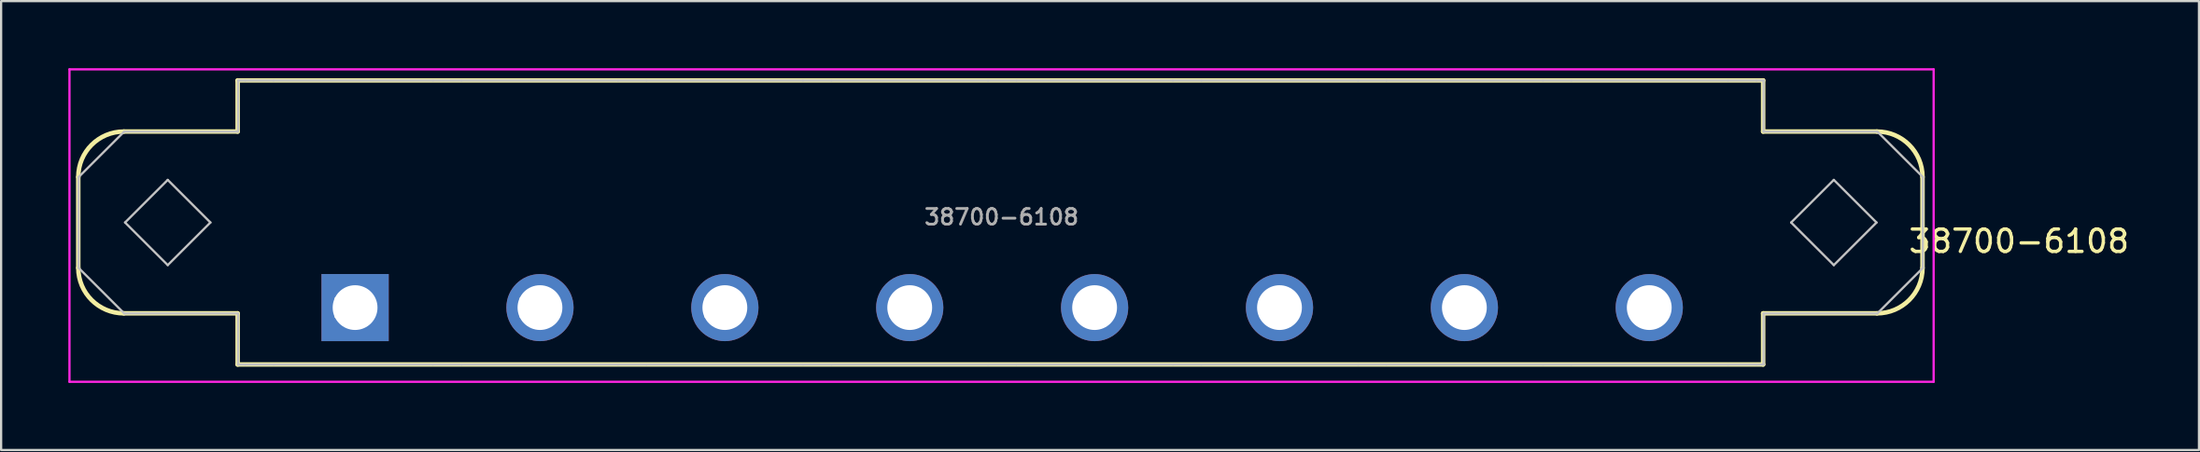
<source format=kicad_pcb>
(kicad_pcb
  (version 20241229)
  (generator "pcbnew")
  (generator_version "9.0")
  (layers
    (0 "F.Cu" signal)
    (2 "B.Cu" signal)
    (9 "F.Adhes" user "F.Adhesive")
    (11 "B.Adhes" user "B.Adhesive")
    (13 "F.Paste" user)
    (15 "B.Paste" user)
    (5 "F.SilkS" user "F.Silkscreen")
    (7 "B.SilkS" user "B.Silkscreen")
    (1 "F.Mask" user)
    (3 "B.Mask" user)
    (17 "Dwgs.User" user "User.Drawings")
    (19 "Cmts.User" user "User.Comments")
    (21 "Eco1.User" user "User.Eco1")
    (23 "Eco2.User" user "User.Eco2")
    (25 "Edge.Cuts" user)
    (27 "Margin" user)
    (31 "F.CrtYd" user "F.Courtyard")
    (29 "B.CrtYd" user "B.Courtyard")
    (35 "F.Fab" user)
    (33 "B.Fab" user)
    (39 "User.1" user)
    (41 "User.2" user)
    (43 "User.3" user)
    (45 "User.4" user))
  (footprint "38700-6108"
    (layer "F.Cu")
    (at 41.67 10.703)
    (property "Reference" "38700-6108" (at 45.375 -2.969 0) (layer "F.SilkS") (effects (font (size 1 1) (thickness 0.15))))
    (attr through_hole)
    (fp_line (start -41.227 -5.839) (end -41.227 -1.775) (stroke (width 0.2) (type solid)) (layer "F.SilkS"))
    (fp_line (start -39.195 0.257) (end -34.115 0.257) (stroke (width 0.2) (type solid)) (layer "F.SilkS"))
    (fp_line (start -34.115 -10.157) (end -34.115 -7.871) (stroke (width 0.2) (type solid)) (layer "F.SilkS"))
    (fp_line (start -34.115 -7.871) (end -39.195 -7.871) (stroke (width 0.2) (type solid)) (layer "F.SilkS"))
    (fp_line (start -34.115 0.257) (end -34.115 2.543) (stroke (width 0.2) (type solid)) (layer "F.SilkS"))
    (fp_line (start -34.115 2.543) (end 33.957 2.543) (stroke (width 0.2) (type solid)) (layer "F.SilkS"))
    (fp_line (start 33.957 -10.157) (end -34.115 -10.157) (stroke (width 0.2) (type solid)) (layer "F.SilkS"))
    (fp_line (start 33.957 -7.871) (end 33.957 -10.157) (stroke (width 0.2) (type solid)) (layer "F.SilkS"))
    (fp_line (start 33.957 0.257) (end 39.037 0.257) (stroke (width 0.2) (type solid)) (layer "F.SilkS"))
    (fp_line (start 33.957 2.543) (end 33.957 0.257) (stroke (width 0.2) (type solid)) (layer "F.SilkS"))
    (fp_line (start 39.037 -7.871) (end 33.957 -7.871) (stroke (width 0.2) (type solid)) (layer "F.SilkS"))
    (fp_line (start 41.069 -5.839) (end 41.069 -1.775) (stroke (width 0.2) (type solid)) (layer "F.SilkS"))
    (fp_arc (start -41.22678 -5.83946) (mid -40.631621 -7.276301) (end -39.19478 -7.87146) (stroke (width 0.2) (type solid)) (layer "F.SilkS"))
    (fp_arc (start -39.19478 0.25654) (mid -40.631621 -0.338619) (end -41.22678 -1.77546) (stroke (width 0.2) (type solid)) (layer "F.SilkS"))
    (fp_arc (start 39.03722 -7.87146) (mid 40.474061 -7.276301) (end 41.06922 -5.83946) (stroke (width 0.2) (type solid)) (layer "F.SilkS"))
    (fp_arc (start 41.06922 -1.77546) (mid 40.474061 -0.338619) (end 39.03722 0.25654) (stroke (width 0.2) (type solid)) (layer "F.SilkS"))
    (fp_line (start -41.21 -5.837) (end -41.21 -1.773) (stroke (width 0.1) (type solid)) (layer "Dwgs.User"))
    (fp_line (start -41.21 -5.837) (end -39.178 -7.869) (stroke (width 0.1) (type solid)) (layer "Dwgs.User"))
    (fp_line (start -39.178 0.259) (end -41.21 -1.773) (stroke (width 0.1) (type solid)) (layer "Dwgs.User"))
    (fp_line (start -39.178 0.259) (end -34.098 0.259) (stroke (width 0.1) (type solid)) (layer "Dwgs.User"))
    (fp_line (start -39.14 -3.805) (end -37.235 -5.71) (stroke (width 0.1) (type solid)) (layer "Dwgs.User"))
    (fp_line (start -37.235 -5.71) (end -35.33 -3.805) (stroke (width 0.1) (type solid)) (layer "Dwgs.User"))
    (fp_line (start -37.235 -1.9) (end -39.14 -3.805) (stroke (width 0.1) (type solid)) (layer "Dwgs.User"))
    (fp_line (start -35.33 -3.805) (end -37.235 -1.9) (stroke (width 0.1) (type solid)) (layer "Dwgs.User"))
    (fp_line (start -34.098 -10.155) (end -34.098 -7.869) (stroke (width 0.1) (type solid)) (layer "Dwgs.User"))
    (fp_line (start -34.098 -7.869) (end -39.178 -7.869) (stroke (width 0.1) (type solid)) (layer "Dwgs.User"))
    (fp_line (start -34.098 2.545) (end -34.098 0.259) (stroke (width 0.1) (type solid)) (layer "Dwgs.User"))
    (fp_line (start -34.098 2.545) (end -33.78 2.545) (stroke (width 0.1) (type solid)) (layer "Dwgs.User"))
    (fp_line (start -33.78 -10.155) (end -34.098 -10.155) (stroke (width 0.1) (type solid)) (layer "Dwgs.User"))
    (fp_line (start -33.78 2.545) (end -32.51 2.545) (stroke (width 0.1) (type solid)) (layer "Dwgs.User"))
    (fp_line (start -32.51 -10.155) (end -33.78 -10.155) (stroke (width 0.1) (type solid)) (layer "Dwgs.User"))
    (fp_line (start -32.51 2.545) (end -25.398 2.545) (stroke (width 0.1) (type solid)) (layer "Dwgs.User"))
    (fp_line (start -29.742 -0.401) (end -29.742 0.412) (stroke (width 0.1) (type solid)) (layer "Dwgs.User"))
    (fp_line (start -29.742 -0.401) (end -29.742 0.412) (stroke (width 0.1) (type solid)) (layer "Dwgs.User"))
    (fp_line (start -29.742 -0.401) (end -29.234 -0.401) (stroke (width 0.1) (type solid)) (layer "Dwgs.User"))
    (fp_line (start -29.234 -0.401) (end -29.234 0.412) (stroke (width 0.1) (type solid)) (layer "Dwgs.User"))
    (fp_line (start -29.234 0.412) (end -29.742 0.412) (stroke (width 0.1) (type solid)) (layer "Dwgs.User"))
    (fp_line (start -29.234 0.412) (end -28.675 0.412) (stroke (width 0.1) (type solid)) (layer "Dwgs.User"))
    (fp_line (start -28.675 -0.401) (end -29.234 -0.401) (stroke (width 0.1) (type solid)) (layer "Dwgs.User"))
    (fp_line (start -28.675 -0.401) (end -28.167 -0.401) (stroke (width 0.1) (type solid)) (layer "Dwgs.User"))
    (fp_line (start -28.675 0.412) (end -28.675 -0.401) (stroke (width 0.1) (type solid)) (layer "Dwgs.User"))
    (fp_line (start -28.167 -0.401) (end -29.742 -0.401) (stroke (width 0.1) (type solid)) (layer "Dwgs.User"))
    (fp_line (start -28.167 0.412) (end -28.675 0.412) (stroke (width 0.1) (type solid)) (layer "Dwgs.User"))
    (fp_line (start -28.167 0.412) (end -28.167 -0.401) (stroke (width 0.1) (type solid)) (layer "Dwgs.User"))
    (fp_line (start -28.167 0.412) (end -28.167 -0.401) (stroke (width 0.1) (type solid)) (layer "Dwgs.User"))
    (fp_line (start -25.398 -10.155) (end -32.51 -10.155) (stroke (width 0.1) (type solid)) (layer "Dwgs.User"))
    (fp_line (start -25.398 -10.155) (end -24.128 -10.155) (stroke (width 0.1) (type solid)) (layer "Dwgs.User"))
    (fp_line (start -24.128 2.545) (end -25.398 2.545) (stroke (width 0.1) (type solid)) (layer "Dwgs.User"))
    (fp_line (start -24.128 2.545) (end -17.143 2.545) (stroke (width 0.1) (type solid)) (layer "Dwgs.User"))
    (fp_line (start -21.487 -0.401) (end -21.487 0.412) (stroke (width 0.1) (type solid)) (layer "Dwgs.User"))
    (fp_line (start -21.487 -0.401) (end -20.979 -0.401) (stroke (width 0.1) (type solid)) (layer "Dwgs.User"))
    (fp_line (start -20.979 -0.401) (end -20.979 0.412) (stroke (width 0.1) (type solid)) (layer "Dwgs.User"))
    (fp_line (start -20.979 0.412) (end -21.487 0.412) (stroke (width 0.1) (type solid)) (layer "Dwgs.User"))
    (fp_line (start -20.979 0.412) (end -20.42 0.412) (stroke (width 0.1) (type solid)) (layer "Dwgs.User"))
    (fp_line (start -20.42 -0.401) (end -20.979 -0.401) (stroke (width 0.1) (type solid)) (layer "Dwgs.User"))
    (fp_line (start -20.42 -0.401) (end -19.912 -0.401) (stroke (width 0.1) (type solid)) (layer "Dwgs.User"))
    (fp_line (start -20.42 0.412) (end -20.42 -0.401) (stroke (width 0.1) (type solid)) (layer "Dwgs.User"))
    (fp_line (start -19.912 -0.401) (end -21.487 -0.401) (stroke (width 0.1) (type solid)) (layer "Dwgs.User"))
    (fp_line (start -19.912 0.412) (end -20.42 0.412) (stroke (width 0.1) (type solid)) (layer "Dwgs.User"))
    (fp_line (start -19.912 0.412) (end -19.912 -0.401) (stroke (width 0.1) (type solid)) (layer "Dwgs.User"))
    (fp_line (start -17.143 -10.155) (end -24.128 -10.155) (stroke (width 0.1) (type solid)) (layer "Dwgs.User"))
    (fp_line (start -17.143 -10.155) (end -15.873 -10.155) (stroke (width 0.1) (type solid)) (layer "Dwgs.User"))
    (fp_line (start -15.873 2.545) (end -17.143 2.545) (stroke (width 0.1) (type solid)) (layer "Dwgs.User"))
    (fp_line (start -15.873 2.545) (end -8.888 2.545) (stroke (width 0.1) (type solid)) (layer "Dwgs.User"))
    (fp_line (start -13.232 -0.401) (end -13.232 0.412) (stroke (width 0.1) (type solid)) (layer "Dwgs.User"))
    (fp_line (start -13.232 -0.401) (end -13.232 0.412) (stroke (width 0.1) (type solid)) (layer "Dwgs.User"))
    (fp_line (start -13.232 -0.401) (end -12.724 -0.401) (stroke (width 0.1) (type solid)) (layer "Dwgs.User"))
    (fp_line (start -12.724 -0.401) (end -12.724 0.412) (stroke (width 0.1) (type solid)) (layer "Dwgs.User"))
    (fp_line (start -12.724 0.412) (end -13.232 0.412) (stroke (width 0.1) (type solid)) (layer "Dwgs.User"))
    (fp_line (start -12.724 0.412) (end -12.165 0.412) (stroke (width 0.1) (type solid)) (layer "Dwgs.User"))
    (fp_line (start -12.165 -0.401) (end -12.724 -0.401) (stroke (width 0.1) (type solid)) (layer "Dwgs.User"))
    (fp_line (start -12.165 -0.401) (end -11.657 -0.401) (stroke (width 0.1) (type solid)) (layer "Dwgs.User"))
    (fp_line (start -12.165 0.412) (end -12.165 -0.401) (stroke (width 0.1) (type solid)) (layer "Dwgs.User"))
    (fp_line (start -11.657 -0.401) (end -13.232 -0.401) (stroke (width 0.1) (type solid)) (layer "Dwgs.User"))
    (fp_line (start -11.657 0.412) (end -12.165 0.412) (stroke (width 0.1) (type solid)) (layer "Dwgs.User"))
    (fp_line (start -11.657 0.412) (end -11.657 -0.401) (stroke (width 0.1) (type solid)) (layer "Dwgs.User"))
    (fp_line (start -8.888 -10.155) (end -15.873 -10.155) (stroke (width 0.1) (type solid)) (layer "Dwgs.User"))
    (fp_line (start -8.888 -10.155) (end -7.618 -10.155) (stroke (width 0.1) (type solid)) (layer "Dwgs.User"))
    (fp_line (start -7.618 2.545) (end -8.888 2.545) (stroke (width 0.1) (type solid)) (layer "Dwgs.User"))
    (fp_line (start -7.618 2.545) (end -0.633 2.545) (stroke (width 0.1) (type solid)) (layer "Dwgs.User"))
    (fp_line (start -4.977 -0.401) (end -4.977 0.412) (stroke (width 0.1) (type solid)) (layer "Dwgs.User"))
    (fp_line (start -4.977 -0.401) (end -4.469 -0.401) (stroke (width 0.1) (type solid)) (layer "Dwgs.User"))
    (fp_line (start -4.469 -0.401) (end -4.469 0.412) (stroke (width 0.1) (type solid)) (layer "Dwgs.User"))
    (fp_line (start -4.469 0.412) (end -4.977 0.412) (stroke (width 0.1) (type solid)) (layer "Dwgs.User"))
    (fp_line (start -4.469 0.412) (end -3.91 0.412) (stroke (width 0.1) (type solid)) (layer "Dwgs.User"))
    (fp_line (start -3.91 -0.401) (end -4.469 -0.401) (stroke (width 0.1) (type solid)) (layer "Dwgs.User"))
    (fp_line (start -3.91 -0.401) (end -3.402 -0.401) (stroke (width 0.1) (type solid)) (layer "Dwgs.User"))
    (fp_line (start -3.91 0.412) (end -3.91 -0.401) (stroke (width 0.1) (type solid)) (layer "Dwgs.User"))
    (fp_line (start -3.402 -0.401) (end -4.977 -0.401) (stroke (width 0.1) (type solid)) (layer "Dwgs.User"))
    (fp_line (start -3.402 0.412) (end -3.91 0.412) (stroke (width 0.1) (type solid)) (layer "Dwgs.User"))
    (fp_line (start -3.402 0.412) (end -3.402 -0.401) (stroke (width 0.1) (type solid)) (layer "Dwgs.User"))
    (fp_line (start -0.633 -10.155) (end -7.618 -10.155) (stroke (width 0.1) (type solid)) (layer "Dwgs.User"))
    (fp_line (start -0.633 -10.155) (end 0.637 -10.155) (stroke (width 0.1) (type solid)) (layer "Dwgs.User"))
    (fp_line (start 0.637 2.545) (end -0.633 2.545) (stroke (width 0.1) (type solid)) (layer "Dwgs.User"))
    (fp_line (start 0.637 2.545) (end 7.622 2.545) (stroke (width 0.1) (type solid)) (layer "Dwgs.User"))
    (fp_line (start 3.278 -0.401) (end 3.278 0.412) (stroke (width 0.1) (type solid)) (layer "Dwgs.User"))
    (fp_line (start 3.278 -0.401) (end 3.786 -0.401) (stroke (width 0.1) (type solid)) (layer "Dwgs.User"))
    (fp_line (start 3.786 -0.401) (end 3.786 0.412) (stroke (width 0.1) (type solid)) (layer "Dwgs.User"))
    (fp_line (start 3.786 0.412) (end 3.278 0.412) (stroke (width 0.1) (type solid)) (layer "Dwgs.User"))
    (fp_line (start 3.786 0.412) (end 4.345 0.412) (stroke (width 0.1) (type solid)) (layer "Dwgs.User"))
    (fp_line (start 4.345 -0.401) (end 3.786 -0.401) (stroke (width 0.1) (type solid)) (layer "Dwgs.User"))
    (fp_line (start 4.345 -0.401) (end 4.853 -0.401) (stroke (width 0.1) (type solid)) (layer "Dwgs.User"))
    (fp_line (start 4.345 0.412) (end 4.345 -0.401) (stroke (width 0.1) (type solid)) (layer "Dwgs.User"))
    (fp_line (start 4.853 -0.401) (end 3.278 -0.401) (stroke (width 0.1) (type solid)) (layer "Dwgs.User"))
    (fp_line (start 4.853 0.412) (end 4.345 0.412) (stroke (width 0.1) (type solid)) (layer "Dwgs.User"))
    (fp_line (start 4.853 0.412) (end 4.853 -0.401) (stroke (width 0.1) (type solid)) (layer "Dwgs.User"))
    (fp_line (start 7.622 -10.155) (end 0.637 -10.155) (stroke (width 0.1) (type solid)) (layer "Dwgs.User"))
    (fp_line (start 7.622 -10.155) (end 8.892 -10.155) (stroke (width 0.1) (type solid)) (layer "Dwgs.User"))
    (fp_line (start 8.892 2.545) (end 7.622 2.545) (stroke (width 0.1) (type solid)) (layer "Dwgs.User"))
    (fp_line (start 8.892 2.545) (end 15.877 2.545) (stroke (width 0.1) (type solid)) (layer "Dwgs.User"))
    (fp_line (start 11.533 -0.401) (end 11.533 0.412) (stroke (width 0.1) (type solid)) (layer "Dwgs.User"))
    (fp_line (start 11.533 -0.401) (end 11.533 0.412) (stroke (width 0.1) (type solid)) (layer "Dwgs.User"))
    (fp_line (start 11.533 -0.401) (end 12.041 -0.401) (stroke (width 0.1) (type solid)) (layer "Dwgs.User"))
    (fp_line (start 12.041 -0.401) (end 12.041 0.412) (stroke (width 0.1) (type solid)) (layer "Dwgs.User"))
    (fp_line (start 12.041 0.412) (end 11.533 0.412) (stroke (width 0.1) (type solid)) (layer "Dwgs.User"))
    (fp_line (start 12.041 0.412) (end 12.6 0.412) (stroke (width 0.1) (type solid)) (layer "Dwgs.User"))
    (fp_line (start 12.6 -0.401) (end 12.041 -0.401) (stroke (width 0.1) (type solid)) (layer "Dwgs.User"))
    (fp_line (start 12.6 -0.401) (end 13.108 -0.401) (stroke (width 0.1) (type solid)) (layer "Dwgs.User"))
    (fp_line (start 12.6 0.412) (end 12.6 -0.401) (stroke (width 0.1) (type solid)) (layer "Dwgs.User"))
    (fp_line (start 13.108 -0.401) (end 11.533 -0.401) (stroke (width 0.1) (type solid)) (layer "Dwgs.User"))
    (fp_line (start 13.108 0.412) (end 12.6 0.412) (stroke (width 0.1) (type solid)) (layer "Dwgs.User"))
    (fp_line (start 13.108 0.412) (end 13.108 -0.401) (stroke (width 0.1) (type solid)) (layer "Dwgs.User"))
    (fp_line (start 13.108 0.412) (end 13.108 -0.401) (stroke (width 0.1) (type solid)) (layer "Dwgs.User"))
    (fp_line (start 15.877 -10.155) (end 8.892 -10.155) (stroke (width 0.1) (type solid)) (layer "Dwgs.User"))
    (fp_line (start 15.877 -10.155) (end 17.147 -10.155) (stroke (width 0.1) (type solid)) (layer "Dwgs.User"))
    (fp_line (start 17.147 2.545) (end 15.877 2.545) (stroke (width 0.1) (type solid)) (layer "Dwgs.User"))
    (fp_line (start 17.147 2.545) (end 24.132 2.545) (stroke (width 0.1) (type solid)) (layer "Dwgs.User"))
    (fp_line (start 19.788 -0.401) (end 19.788 0.412) (stroke (width 0.1) (type solid)) (layer "Dwgs.User"))
    (fp_line (start 19.788 -0.401) (end 20.296 -0.401) (stroke (width 0.1) (type solid)) (layer "Dwgs.User"))
    (fp_line (start 20.296 -0.401) (end 20.296 0.412) (stroke (width 0.1) (type solid)) (layer "Dwgs.User"))
    (fp_line (start 20.296 0.412) (end 19.788 0.412) (stroke (width 0.1) (type solid)) (layer "Dwgs.User"))
    (fp_line (start 20.296 0.412) (end 20.855 0.412) (stroke (width 0.1) (type solid)) (layer "Dwgs.User"))
    (fp_line (start 20.855 -0.401) (end 20.296 -0.401) (stroke (width 0.1) (type solid)) (layer "Dwgs.User"))
    (fp_line (start 20.855 -0.401) (end 21.363 -0.401) (stroke (width 0.1) (type solid)) (layer "Dwgs.User"))
    (fp_line (start 20.855 0.412) (end 20.855 -0.401) (stroke (width 0.1) (type solid)) (layer "Dwgs.User"))
    (fp_line (start 21.363 -0.401) (end 19.788 -0.401) (stroke (width 0.1) (type solid)) (layer "Dwgs.User"))
    (fp_line (start 21.363 0.412) (end 20.855 0.412) (stroke (width 0.1) (type solid)) (layer "Dwgs.User"))
    (fp_line (start 21.363 0.412) (end 21.363 -0.401) (stroke (width 0.1) (type solid)) (layer "Dwgs.User"))
    (fp_line (start 24.132 -10.155) (end 17.147 -10.155) (stroke (width 0.1) (type solid)) (layer "Dwgs.User"))
    (fp_line (start 24.132 -10.155) (end 25.402 -10.155) (stroke (width 0.1) (type solid)) (layer "Dwgs.User"))
    (fp_line (start 25.402 2.545) (end 24.132 2.545) (stroke (width 0.1) (type solid)) (layer "Dwgs.User"))
    (fp_line (start 25.402 2.545) (end 32.387 2.545) (stroke (width 0.1) (type solid)) (layer "Dwgs.User"))
    (fp_line (start 28.043 -0.401) (end 28.043 0.412) (stroke (width 0.1) (type solid)) (layer "Dwgs.User"))
    (fp_line (start 28.043 -0.401) (end 28.043 0.412) (stroke (width 0.1) (type solid)) (layer "Dwgs.User"))
    (fp_line (start 28.043 -0.401) (end 28.551 -0.401) (stroke (width 0.1) (type solid)) (layer "Dwgs.User"))
    (fp_line (start 28.551 -0.401) (end 28.551 0.412) (stroke (width 0.1) (type solid)) (layer "Dwgs.User"))
    (fp_line (start 28.551 0.412) (end 28.043 0.412) (stroke (width 0.1) (type solid)) (layer "Dwgs.User"))
    (fp_line (start 28.551 0.412) (end 29.11 0.412) (stroke (width 0.1) (type solid)) (layer "Dwgs.User"))
    (fp_line (start 29.11 -0.401) (end 28.551 -0.401) (stroke (width 0.1) (type solid)) (layer "Dwgs.User"))
    (fp_line (start 29.11 -0.401) (end 29.618 -0.401) (stroke (width 0.1) (type solid)) (layer "Dwgs.User"))
    (fp_line (start 29.11 0.412) (end 29.11 -0.401) (stroke (width 0.1) (type solid)) (layer "Dwgs.User"))
    (fp_line (start 29.618 -0.401) (end 28.043 -0.401) (stroke (width 0.1) (type solid)) (layer "Dwgs.User"))
    (fp_line (start 29.618 0.412) (end 29.11 0.412) (stroke (width 0.1) (type solid)) (layer "Dwgs.User"))
    (fp_line (start 29.618 0.412) (end 29.618 -0.401) (stroke (width 0.1) (type solid)) (layer "Dwgs.User"))
    (fp_line (start 29.618 0.412) (end 29.618 -0.401) (stroke (width 0.1) (type solid)) (layer "Dwgs.User"))
    (fp_line (start 32.387 -10.155) (end 25.402 -10.155) (stroke (width 0.1) (type solid)) (layer "Dwgs.User"))
    (fp_line (start 32.387 -10.155) (end 33.657 -10.155) (stroke (width 0.1) (type solid)) (layer "Dwgs.User"))
    (fp_line (start 33.657 2.545) (end 32.387 2.545) (stroke (width 0.1) (type solid)) (layer "Dwgs.User"))
    (fp_line (start 33.657 2.545) (end 33.974 2.545) (stroke (width 0.1) (type solid)) (layer "Dwgs.User"))
    (fp_line (start 33.974 -10.155) (end 33.657 -10.155) (stroke (width 0.1) (type solid)) (layer "Dwgs.User"))
    (fp_line (start 33.974 -10.155) (end 33.974 -7.869) (stroke (width 0.1) (type solid)) (layer "Dwgs.User"))
    (fp_line (start 33.974 2.545) (end 33.974 0.259) (stroke (width 0.1) (type solid)) (layer "Dwgs.User"))
    (fp_line (start 35.206 -3.805) (end 37.111 -5.71) (stroke (width 0.1) (type solid)) (layer "Dwgs.User"))
    (fp_line (start 37.111 -5.71) (end 39.016 -3.805) (stroke (width 0.1) (type solid)) (layer "Dwgs.User"))
    (fp_line (start 37.111 -1.9) (end 35.206 -3.805) (stroke (width 0.1) (type solid)) (layer "Dwgs.User"))
    (fp_line (start 39.016 -3.805) (end 37.111 -1.9) (stroke (width 0.1) (type solid)) (layer "Dwgs.User"))
    (fp_line (start 39.054 -7.869) (end 33.974 -7.869) (stroke (width 0.1) (type solid)) (layer "Dwgs.User"))
    (fp_line (start 39.054 -7.869) (end 41.086 -5.837) (stroke (width 0.1) (type solid)) (layer "Dwgs.User"))
    (fp_line (start 39.054 0.259) (end 33.974 0.259) (stroke (width 0.1) (type solid)) (layer "Dwgs.User"))
    (fp_line (start 41.086 -5.837) (end 41.086 -1.773) (stroke (width 0.1) (type solid)) (layer "Dwgs.User"))
    (fp_line (start 41.086 -1.773) (end 39.054 0.259) (stroke (width 0.1) (type solid)) (layer "Dwgs.User"))
    (fp_line (start -41.62 -10.653) (end -41.62 3.317) (stroke (width 0.1) (type solid)) (layer "F.CrtYd"))
    (fp_line (start -41.62 3.317) (end 41.565 3.317) (stroke (width 0.1) (type solid)) (layer "F.CrtYd"))
    (fp_line (start 41.565 -10.653) (end -41.62 -10.653) (stroke (width 0.1) (type solid)) (layer "F.CrtYd"))
    (fp_line (start 41.565 3.317) (end 41.565 -10.653) (stroke (width 0.1) (type solid)) (layer "F.CrtYd"))
    (fp_text user "${REFERENCE}" (at -0.028 -4.049 0) (layer "F.Fab") (effects (font (size 0.7 0.7) (thickness 0.125))))
    (pad "1" thru_hole rect (at -28.875 0) (size 3 3) (drill 2) (layers "*.Cu" "*.Mask"))
    (pad "2" thru_hole circle (at -20.625 0) (size 3 3) (drill 2) (layers "*.Cu" "*.Mask"))
    (pad "3" thru_hole circle (at -12.375 0) (size 3 3) (drill 2) (layers "*.Cu" "*.Mask"))
    (pad "4" thru_hole circle (at -4.125 0) (size 3 3) (drill 2) (layers "*.Cu" "*.Mask"))
    (pad "5" thru_hole circle (at 4.125 0) (size 3 3) (drill 2) (layers "*.Cu" "*.Mask"))
    (pad "6" thru_hole circle (at 12.375 0) (size 3 3) (drill 2) (layers "*.Cu" "*.Mask"))
    (pad "7" thru_hole circle (at 20.625 0) (size 3 3) (drill 2) (layers "*.Cu" "*.Mask"))
    (pad "8" thru_hole circle (at 28.875 0) (size 3 3) (drill 2) (layers "*.Cu" "*.Mask")))
  (gr_rect
    (start -3 -3)
    (end 95.075 17.07)
    (stroke (width 0.1) (type default))
    (fill no)
    (layer "Edge.Cuts")))
</source>
